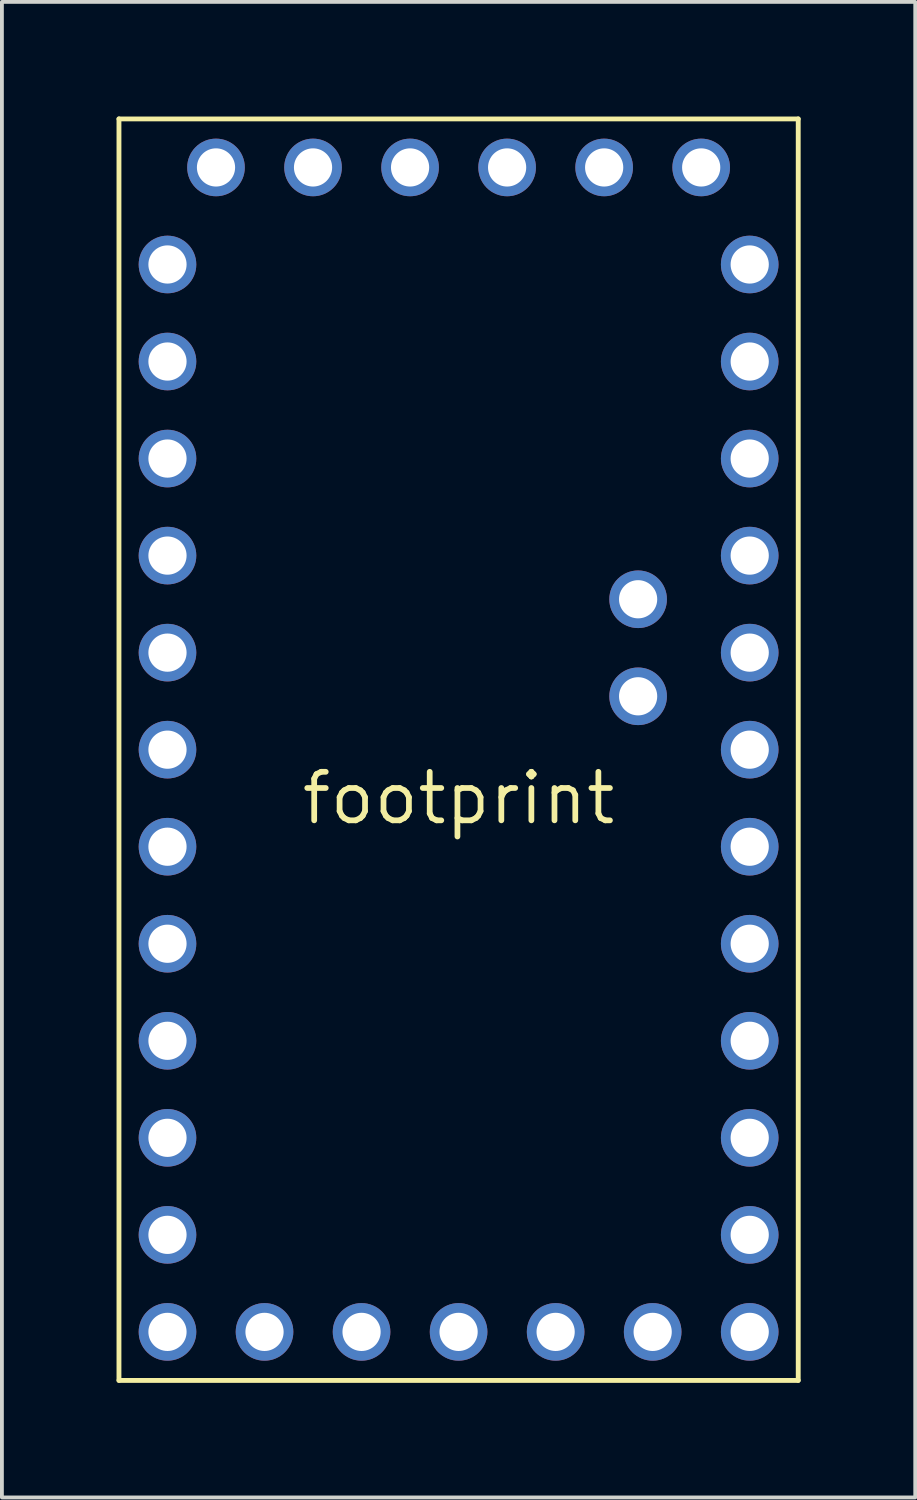
<source format=kicad_pcb>
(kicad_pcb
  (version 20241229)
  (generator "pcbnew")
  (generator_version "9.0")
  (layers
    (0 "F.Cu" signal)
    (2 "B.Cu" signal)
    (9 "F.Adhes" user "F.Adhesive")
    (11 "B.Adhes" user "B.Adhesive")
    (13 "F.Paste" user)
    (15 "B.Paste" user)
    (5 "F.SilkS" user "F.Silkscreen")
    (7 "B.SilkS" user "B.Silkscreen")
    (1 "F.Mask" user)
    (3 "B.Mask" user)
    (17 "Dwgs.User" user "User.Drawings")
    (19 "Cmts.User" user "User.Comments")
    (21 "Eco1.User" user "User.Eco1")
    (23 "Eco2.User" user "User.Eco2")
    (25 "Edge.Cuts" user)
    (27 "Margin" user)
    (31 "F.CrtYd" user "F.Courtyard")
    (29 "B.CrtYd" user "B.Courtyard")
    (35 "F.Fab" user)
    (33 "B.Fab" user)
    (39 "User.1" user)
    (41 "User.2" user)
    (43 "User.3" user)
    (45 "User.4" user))
  (footprint "footprint"
    (layer "F.Cu")
    (at 8.954 17.843)
    (property "Reference" "footprint" (at 0 0 0) (layer "F.SilkS") (effects (font (size 1.27 1.27) (thickness 0.15))))
    (fp_line (start -8.89 -17.78) (end -8.89 15.24) (stroke (width 0.127) (type solid)) (layer "F.SilkS"))
    (fp_line (start -8.89 15.24) (end 8.89 15.24) (stroke (width 0.127) (type solid)) (layer "F.SilkS"))
    (fp_line (start 8.89 -17.78) (end -8.89 -17.78) (stroke (width 0.127) (type solid)) (layer "F.SilkS"))
    (fp_line (start 8.89 15.24) (end 8.89 -17.78) (stroke (width 0.127) (type solid)) (layer "F.SilkS"))
    (pad "2" thru_hole circle (at -7.62 -3.81) (size 1.508 1.508) (drill 1) (layers "*.Cu" "*.Mask"))
    (pad "3" thru_hole circle (at -7.62 -1.27) (size 1.508 1.508) (drill 1) (layers "*.Cu" "*.Mask"))
    (pad "4" thru_hole circle (at -7.62 1.27) (size 1.508 1.508) (drill 1) (layers "*.Cu" "*.Mask"))
    (pad "5" thru_hole circle (at -7.62 3.81) (size 1.508 1.508) (drill 1) (layers "*.Cu" "*.Mask"))
    (pad "6" thru_hole circle (at -7.62 6.35) (size 1.508 1.508) (drill 1) (layers "*.Cu" "*.Mask"))
    (pad "7" thru_hole circle (at -7.62 8.89) (size 1.508 1.508) (drill 1) (layers "*.Cu" "*.Mask"))
    (pad "8" thru_hole circle (at -7.62 11.43) (size 1.508 1.508) (drill 1) (layers "*.Cu" "*.Mask"))
    (pad "9" thru_hole circle (at -7.62 13.97) (size 1.508 1.508) (drill 1) (layers "*.Cu" "*.Mask"))
    (pad "10" thru_hole circle (at 7.62 13.97) (size 1.508 1.508) (drill 1) (layers "*.Cu" "*.Mask"))
    (pad "11" thru_hole circle (at 7.62 11.43) (size 1.508 1.508) (drill 1) (layers "*.Cu" "*.Mask"))
    (pad "12" thru_hole circle (at 7.62 8.89) (size 1.508 1.508) (drill 1) (layers "*.Cu" "*.Mask"))
    (pad "13" thru_hole circle (at 7.62 6.35) (size 1.508 1.508) (drill 1) (layers "*.Cu" "*.Mask"))
    (pad "485A" thru_hole circle (at -2.54 13.97 90) (size 1.508 1.508) (drill 1) (layers "*.Cu" "*.Mask"))
    (pad "485B" thru_hole circle (at -5.08 13.97 90) (size 1.508 1.508) (drill 1) (layers "*.Cu" "*.Mask"))
    (pad "A0" thru_hole circle (at 7.62 3.81) (size 1.508 1.508) (drill 1) (layers "*.Cu" "*.Mask"))
    (pad "A1" thru_hole circle (at 7.62 1.27) (size 1.508 1.508) (drill 1) (layers "*.Cu" "*.Mask"))
    (pad "A2" thru_hole circle (at 7.62 -1.27) (size 1.508 1.508) (drill 1) (layers "*.Cu" "*.Mask"))
    (pad "A3" thru_hole circle (at 7.62 -3.81) (size 1.508 1.508) (drill 1) (layers "*.Cu" "*.Mask"))
    (pad "A4M" thru_hole circle (at 4.699 -2.667) (size 1.508 1.508) (drill 1) (layers "*.Cu" "*.Mask"))
    (pad "A5M" thru_hole circle (at 4.699 -5.207) (size 1.508 1.508) (drill 1) (layers "*.Cu" "*.Mask"))
    (pad "CANHI" thru_hole circle (at 2.54 13.97 270) (size 1.508 1.508) (drill 1) (layers "*.Cu" "*.Mask"))
    (pad "CANLO" thru_hole circle (at 5.08 13.97 90) (size 1.508 1.508) (drill 1) (layers "*.Cu" "*.Mask"))
    (pad "CTS" thru_hole circle (at -3.81 -16.51 90) (size 1.508 1.508) (drill 1) (layers "*.Cu" "*.Mask"))
    (pad "DTR" thru_hole circle (at 6.35 -16.51 90) (size 1.508 1.508) (drill 1) (layers "*.Cu" "*.Mask"))
    (pad "GND1" thru_hole circle (at -7.62 -6.35) (size 1.508 1.508) (drill 1) (layers "*.Cu" "*.Mask"))
    (pad "GND2" thru_hole circle (at 7.62 -11.43) (size 1.508 1.508) (drill 1) (layers "*.Cu" "*.Mask"))
    (pad "GND3" thru_hole circle (at 0 13.97 90) (size 1.508 1.508) (drill 1) (layers "*.Cu" "*.Mask"))
    (pad "GND4" thru_hole circle (at -6.35 -16.51 90) (size 1.508 1.508) (drill 1) (layers "*.Cu" "*.Mask"))
    (pad "RAW" thru_hole circle (at 7.62 -13.97) (size 1.508 1.508) (drill 1) (layers "*.Cu" "*.Mask"))
    (pad "RST" thru_hole circle (at 7.62 -8.89) (size 1.508 1.508) (drill 1) (layers "*.Cu" "*.Mask"))
    (pad "RST1" thru_hole circle (at -7.62 -8.89) (size 1.508 1.508) (drill 1) (layers "*.Cu" "*.Mask"))
    (pad "RXI" thru_hole circle (at 1.27 -16.51 90) (size 1.508 1.508) (drill 1) (layers "*.Cu" "*.Mask"))
    (pad "RXI1" thru_hole circle (at -7.62 -11.43) (size 1.508 1.508) (drill 1) (layers "*.Cu" "*.Mask"))
    (pad "TXO" thru_hole circle (at 3.81 -16.51 90) (size 1.508 1.508) (drill 1) (layers "*.Cu" "*.Mask"))
    (pad "TXO1" thru_hole circle (at -7.62 -13.97) (size 1.508 1.508) (drill 1) (layers "*.Cu" "*.Mask"))
    (pad "VCC" thru_hole circle (at 7.62 -6.35) (size 1.508 1.508) (drill 1) (layers "*.Cu" "*.Mask"))
    (pad "VCC1" thru_hole circle (at -1.27 -16.51 90) (size 1.508 1.508) (drill 1) (layers "*.Cu" "*.Mask")))
  (gr_rect
    (start -3 -3)
    (end 20.907 36.147)
    (stroke (width 0.1) (type default))
    (fill no)
    (layer "Edge.Cuts")))
</source>
